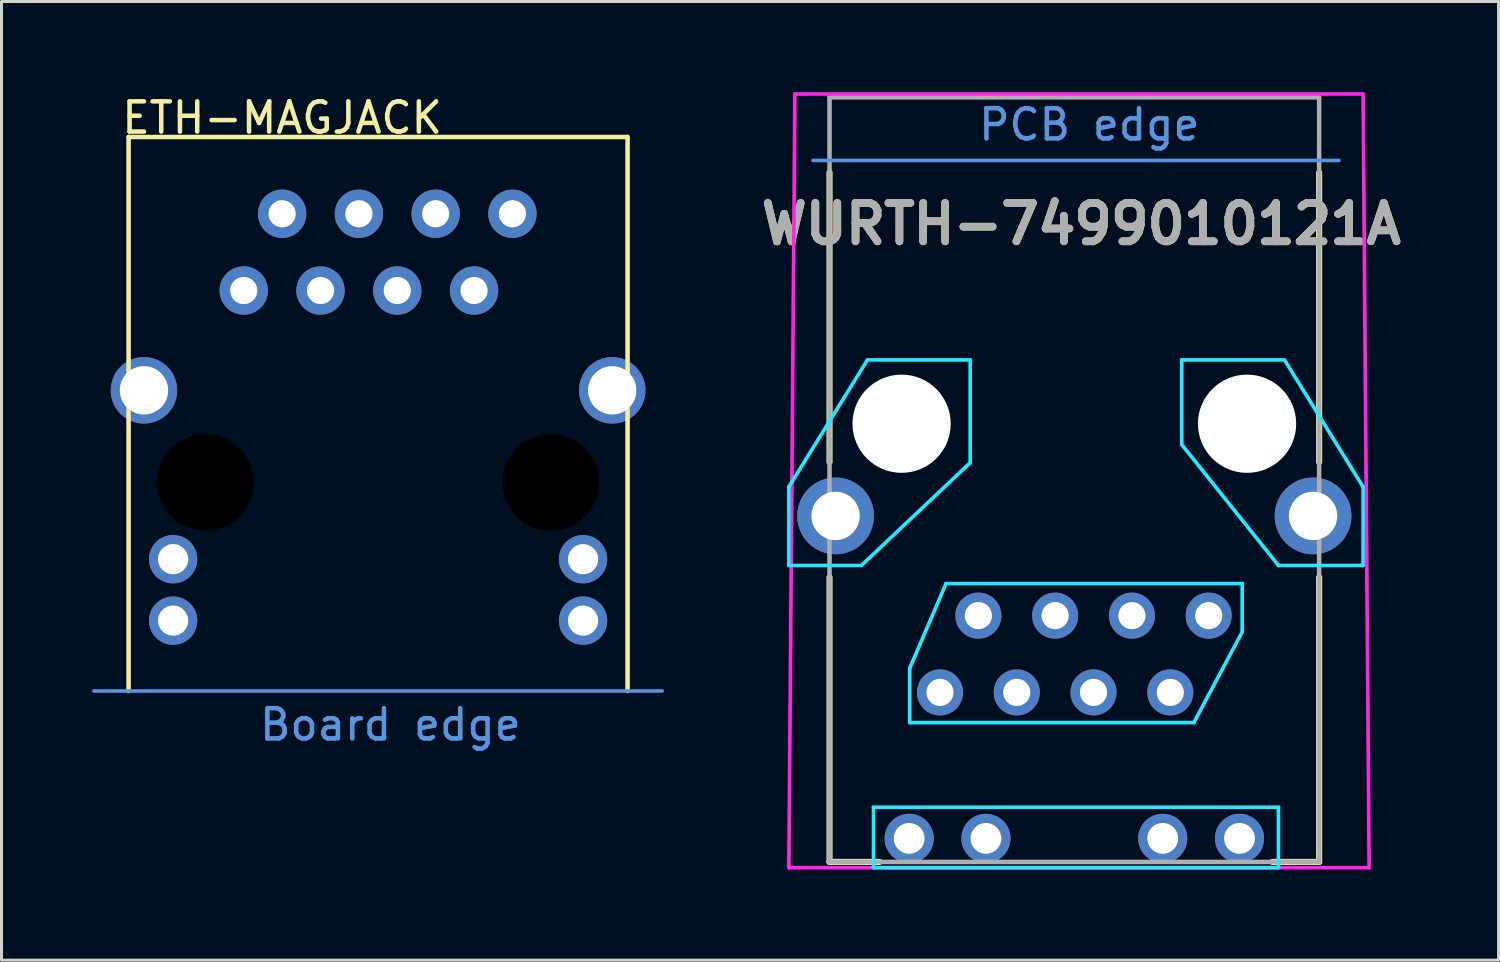
<source format=kicad_pcb>
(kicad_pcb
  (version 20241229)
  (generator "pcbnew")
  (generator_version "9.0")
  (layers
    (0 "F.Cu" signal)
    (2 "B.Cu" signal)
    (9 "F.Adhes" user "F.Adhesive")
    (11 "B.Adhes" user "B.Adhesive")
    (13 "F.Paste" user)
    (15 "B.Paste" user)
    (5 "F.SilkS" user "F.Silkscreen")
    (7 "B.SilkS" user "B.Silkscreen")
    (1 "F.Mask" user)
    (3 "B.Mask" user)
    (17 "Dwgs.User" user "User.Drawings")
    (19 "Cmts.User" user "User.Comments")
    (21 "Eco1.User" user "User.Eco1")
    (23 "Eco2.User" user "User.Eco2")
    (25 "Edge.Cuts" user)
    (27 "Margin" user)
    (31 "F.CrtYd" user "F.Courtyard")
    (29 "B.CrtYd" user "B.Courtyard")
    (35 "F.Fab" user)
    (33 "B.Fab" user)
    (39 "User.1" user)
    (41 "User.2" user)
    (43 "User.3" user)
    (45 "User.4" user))
  (footprint "WURTH-7499010121A"
    (layer "F.Cu")
    (at 28.052 19.86)
    (property "Reference" "WURTH-7499010121A" (at 4.675 -15.5 0) (layer "F.SilkS") (effects (font (size 1.27 1.27) (thickness 0.254))))
    (attr through_hole)
    (fp_line (start -3.655 -7.62) (end -3.655 -17.2) (stroke (width 0.203) (type solid)) (layer "F.SilkS"))
    (fp_line (start -3.655 5.61) (end -3.655 -3.81) (stroke (width 0.203) (type solid)) (layer "F.SilkS"))
    (fp_line (start -2 5.61) (end -3.655 5.61) (stroke (width 0.203) (type solid)) (layer "F.SilkS"))
    (fp_line (start 12.545 -17.2) (end 12.545 -7.62) (stroke (width 0.203) (type solid)) (layer "F.SilkS"))
    (fp_line (start 12.545 -3.81) (end 12.545 5.61) (stroke (width 0.203) (type solid)) (layer "F.SilkS"))
    (fp_line (start 12.545 5.61) (end 11 5.61) (stroke (width 0.203) (type solid)) (layer "F.SilkS"))
    (fp_line (start -4.2 -17.6) (end 13.2 -17.6) (stroke (width 0.12) (type default)) (layer "Cmts.User"))
    (fp_line (start -5 -6.8) (end -2.4 -11) (stroke (width 0.12) (type default)) (layer "B.CrtYd"))
    (fp_line (start -5 -4.2) (end -5 -6.8) (stroke (width 0.12) (type default)) (layer "B.CrtYd"))
    (fp_line (start -2.6 -4.2) (end -5 -4.2) (stroke (width 0.12) (type default)) (layer "B.CrtYd"))
    (fp_line (start -2.4 -11) (end 1 -11) (stroke (width 0.12) (type default)) (layer "B.CrtYd"))
    (fp_line (start -2.2 3.8) (end 11.2 3.8) (stroke (width 0.12) (type default)) (layer "B.CrtYd"))
    (fp_line (start -2.2 5.8) (end -2.2 3.8) (stroke (width 0.12) (type default)) (layer "B.CrtYd"))
    (fp_line (start -1 -0.8) (end 0.2 -3.6) (stroke (width 0.12) (type default)) (layer "B.CrtYd"))
    (fp_line (start -1 1) (end -1 -0.8) (stroke (width 0.12) (type default)) (layer "B.CrtYd"))
    (fp_line (start 0.2 -3.6) (end 10 -3.6) (stroke (width 0.12) (type default)) (layer "B.CrtYd"))
    (fp_line (start 1 -11) (end 1 -7.6) (stroke (width 0.12) (type default)) (layer "B.CrtYd"))
    (fp_line (start 1 -7.6) (end -2.6 -4.2) (stroke (width 0.12) (type default)) (layer "B.CrtYd"))
    (fp_line (start 8 -11) (end 11.4 -11) (stroke (width 0.12) (type default)) (layer "B.CrtYd"))
    (fp_line (start 8 -8.2) (end 8 -11) (stroke (width 0.12) (type default)) (layer "B.CrtYd"))
    (fp_line (start 8.4 1) (end -1 1) (stroke (width 0.12) (type default)) (layer "B.CrtYd"))
    (fp_line (start 10 -3.6) (end 10 -2) (stroke (width 0.12) (type default)) (layer "B.CrtYd"))
    (fp_line (start 10 -2) (end 8.4 1) (stroke (width 0.12) (type default)) (layer "B.CrtYd"))
    (fp_line (start 11.2 -4.2) (end 8 -8.2) (stroke (width 0.12) (type default)) (layer "B.CrtYd"))
    (fp_line (start 11.2 3.8) (end 11.2 5.8) (stroke (width 0.12) (type default)) (layer "B.CrtYd"))
    (fp_line (start 11.2 5.8) (end -2.2 5.8) (stroke (width 0.12) (type default)) (layer "B.CrtYd"))
    (fp_line (start 11.4 -11) (end 14 -6.8) (stroke (width 0.12) (type default)) (layer "B.CrtYd"))
    (fp_line (start 14 -6.8) (end 14 -4.2) (stroke (width 0.12) (type default)) (layer "B.CrtYd"))
    (fp_line (start 14 -4.2) (end 11.2 -4.2) (stroke (width 0.12) (type default)) (layer "B.CrtYd"))
    (fp_line (start -5 5.8) (end -4.8 -19.8) (stroke (width 0.12) (type default)) (layer "F.CrtYd"))
    (fp_line (start -4.8 -19.8) (end 14 -19.8) (stroke (width 0.12) (type default)) (layer "F.CrtYd"))
    (fp_line (start 14 -19.8) (end 14.2 5.8) (stroke (width 0.12) (type default)) (layer "F.CrtYd"))
    (fp_line (start 14.2 5.8) (end -5 5.8) (stroke (width 0.12) (type default)) (layer "F.CrtYd"))
    (fp_line (start -3.655 -19.69) (end 12.545 -19.69) (stroke (width 0.15) (type solid)) (layer "F.Fab"))
    (fp_line (start -3.655 5.61) (end -3.655 -19.69) (stroke (width 0.15) (type solid)) (layer "F.Fab"))
    (fp_line (start 12.545 -19.69) (end 12.545 5.61) (stroke (width 0.15) (type solid)) (layer "F.Fab"))
    (fp_line (start 12.545 5.61) (end -3.655 5.61) (stroke (width 0.15) (type solid)) (layer "F.Fab"))
    (fp_text user "PCB edge" (at 1.2 -18.2 0) (unlocked yes) (layer "Cmts.User") (effects (font (size 1 1) (thickness 0.15)) (justify left bottom)))
    (fp_text user "${REFERENCE}" (at 4.675 -15.5 0) (layer "F.Fab") (effects (font (size 1.27 1.27) (thickness 0.254))))
    (pad "" np_thru_hole circle (at -1.27 -8.89) (size 3.25 3.25) (drill 3.25) (layers "*.Cu" "*.Mask"))
    (pad "" np_thru_hole circle (at 10.16 -8.89) (size 3.25 3.25) (drill 3.25) (layers "*.Cu" "*.Mask"))
    (pad "1" thru_hole circle (at 0 0) (size 1.524 1.524) (drill 0.9) (layers "*.Cu" "*.Mask"))
    (pad "2" thru_hole circle (at 1.27 -2.54) (size 1.524 1.524) (drill 0.9) (layers "*.Cu" "*.Mask"))
    (pad "3" thru_hole circle (at 2.54 0) (size 1.524 1.524) (drill 0.9) (layers "*.Cu" "*.Mask"))
    (pad "4" thru_hole circle (at 3.81 -2.54) (size 1.524 1.524) (drill 0.9) (layers "*.Cu" "*.Mask"))
    (pad "5" thru_hole circle (at 5.08 0) (size 1.524 1.524) (drill 0.9) (layers "*.Cu" "*.Mask"))
    (pad "6" thru_hole circle (at 6.35 -2.54) (size 1.524 1.524) (drill 0.9) (layers "*.Cu" "*.Mask"))
    (pad "7" thru_hole circle (at 7.62 0) (size 1.524 1.524) (drill 0.9) (layers "*.Cu" "*.Mask"))
    (pad "8" thru_hole circle (at 8.89 -2.54) (size 1.524 1.524) (drill 0.9) (layers "*.Cu" "*.Mask"))
    (pad "9" thru_hole circle (at -1.02 4.83) (size 1.626 1.626) (drill 1.02) (layers "*.Cu" "*.Mask"))
    (pad "10" thru_hole circle (at 1.52 4.83) (size 1.626 1.626) (drill 1.02) (layers "*.Cu" "*.Mask"))
    (pad "11" thru_hole circle (at 7.37 4.83) (size 1.626 1.626) (drill 1.02) (layers "*.Cu" "*.Mask"))
    (pad "12" thru_hole circle (at 9.91 4.83) (size 1.626 1.626) (drill 1.02) (layers "*.Cu" "*.Mask"))
    (pad "13" thru_hole circle (at 12.345 -5.84) (size 2.54 2.54) (drill 1.6) (layers "*.Cu" "*.Mask"))
    (pad "14" thru_hole circle (at -3.455 -5.84) (size 2.54 2.54) (drill 1.6) (layers "*.Cu" "*.Mask")))
  (footprint "ETH-MAGJACK"
    (layer "F.Cu")
    (at 9.46 12.913)
    (property "Reference" "ETH-MAGJACK" (at -3.175 -12.065 0) (layer "F.SilkS") (effects (font (size 1 1) (thickness 0.15))))
    (attr through_hole)
    (fp_line (start -8.255 -11.43) (end -8.255 6.9) (stroke (width 0.15) (type solid)) (layer "F.SilkS"))
    (fp_line (start 8.255 -11.43) (end -8.255 -11.43) (stroke (width 0.15) (type solid)) (layer "F.SilkS"))
    (fp_line (start 8.255 6.9) (end 8.255 -11.43) (stroke (width 0.15) (type solid)) (layer "F.SilkS"))
    (fp_line (start -9.4 6.9) (end 9.4 6.9) (stroke (width 0.12) (type default)) (layer "Cmts.User"))
    (fp_text user "Board edge" (at -4 8.6 0) (unlocked yes) (layer "Cmts.User") (effects (font (size 1 1) (thickness 0.15)) (justify left bottom)))
    (pad "" np_thru_hole circle (at -5.715 0) (size 3.2 3.2) (drill 3.2) (layers "*.Mask"))
    (pad "" np_thru_hole circle (at 5.715 0) (size 3.2 3.2) (drill 3.2) (layers "*.Mask"))
    (pad "1" thru_hole circle (at -4.445 -6.35) (size 1.6 1.6) (drill 0.9) (layers "*.Cu" "*.Mask"))
    (pad "2" thru_hole circle (at -3.175 -8.89) (size 1.6 1.6) (drill 0.9) (layers "*.Cu" "*.Mask"))
    (pad "3" thru_hole circle (at -1.905 -6.35) (size 1.6 1.6) (drill 0.9) (layers "*.Cu" "*.Mask"))
    (pad "4" thru_hole circle (at -0.635 -8.89) (size 1.6 1.6) (drill 0.9) (layers "*.Cu" "*.Mask"))
    (pad "5" thru_hole circle (at 0.635 -6.35) (size 1.6 1.6) (drill 0.9) (layers "*.Cu" "*.Mask"))
    (pad "6" thru_hole circle (at 1.905 -8.89) (size 1.6 1.6) (drill 0.9) (layers "*.Cu" "*.Mask"))
    (pad "7" thru_hole circle (at 3.175 -6.35) (size 1.6 1.6) (drill 0.9) (layers "*.Cu" "*.Mask"))
    (pad "8" thru_hole circle (at 4.445 -8.89) (size 1.6 1.6) (drill 0.9) (layers "*.Cu" "*.Mask"))
    (pad "9" thru_hole circle (at -7.747 -3.048) (size 2.2 2.2) (drill 1.6) (layers "*.Cu" "*.Mask"))
    (pad "10" thru_hole circle (at 7.747 -3.048) (size 2.2 2.2) (drill 1.6) (layers "*.Cu" "*.Mask"))
    (pad "11" thru_hole circle (at -6.782 2.54) (size 1.6 1.6) (drill 1) (layers "*.Cu" "*.Mask"))
    (pad "12" thru_hole circle (at -6.782 4.572) (size 1.6 1.6) (drill 1) (layers "*.Cu" "*.Mask"))
    (pad "13" thru_hole circle (at 6.782 2.54) (size 1.6 1.6) (drill 1) (layers "*.Cu" "*.Mask"))
    (pad "14" thru_hole circle (at 6.782 4.572) (size 1.6 1.6) (drill 1) (layers "*.Cu" "*.Mask")))
  (gr_rect
    (start -3 -3)
    (end 46.534 28.72)
    (stroke (width 0.1) (type default))
    (fill no)
    (layer "Edge.Cuts")))
</source>
